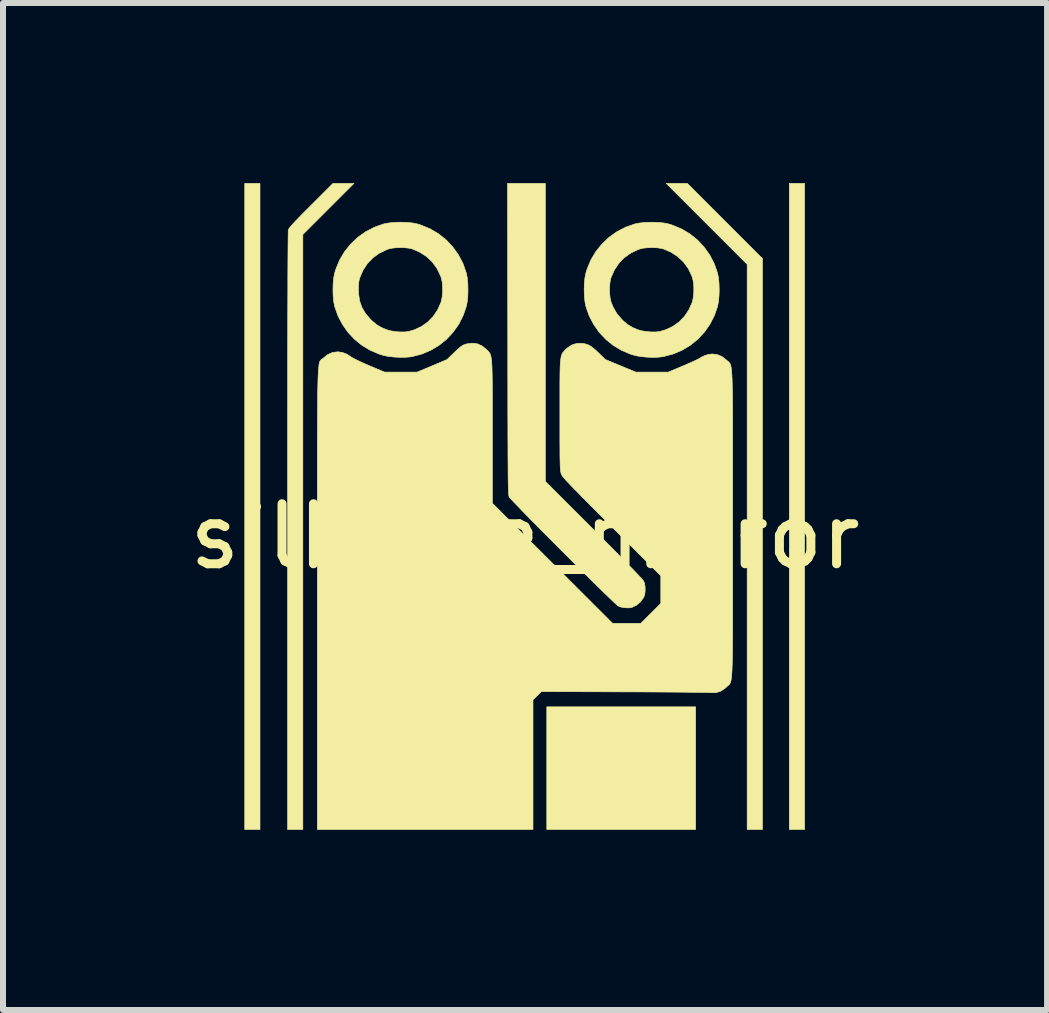
<source format=kicad_pcb>
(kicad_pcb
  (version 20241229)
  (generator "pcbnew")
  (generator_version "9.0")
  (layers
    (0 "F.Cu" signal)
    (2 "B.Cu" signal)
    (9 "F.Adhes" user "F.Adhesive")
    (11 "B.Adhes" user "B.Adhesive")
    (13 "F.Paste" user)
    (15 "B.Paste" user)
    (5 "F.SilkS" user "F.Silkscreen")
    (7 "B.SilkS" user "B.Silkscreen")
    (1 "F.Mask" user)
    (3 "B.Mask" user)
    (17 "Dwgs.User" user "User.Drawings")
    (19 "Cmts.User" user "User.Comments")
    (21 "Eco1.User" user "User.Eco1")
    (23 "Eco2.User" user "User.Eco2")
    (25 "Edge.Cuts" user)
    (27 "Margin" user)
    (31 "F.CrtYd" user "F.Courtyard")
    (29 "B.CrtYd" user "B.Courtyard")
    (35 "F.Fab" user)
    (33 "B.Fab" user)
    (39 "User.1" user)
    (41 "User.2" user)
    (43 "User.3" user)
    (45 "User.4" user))
  (footprint "silkface_mirror"
    (layer "F.Cu")
    (at 5.696 5.387)
    (property "Reference" "silkface_mirror" (at 0 0.5 0) (layer "F.SilkS") (effects (font (size 1 1) (thickness 0.15))))
    (attr through_hole board_only exclude_from_pos_files exclude_from_bom)
    (fp_poly (pts (xy -4.669 5.382) (xy -4.415 5.382) (xy -4.415 -5.382) (xy -4.669 -5.382) (xy -4.669 5.382)) (stroke (width 0.01) (type solid)) (fill yes) (layer "F.SilkS"))
    (fp_poly (pts (xy 0.363 5.382) (xy 2.842 5.382) (xy 2.842 3.338) (xy 0.363 3.338) (xy 0.363 5.382)) (stroke (width 0.01) (type solid)) (fill yes) (layer "F.SilkS"))
    (fp_poly (pts (xy 4.403 5.382) (xy 4.657 5.382) (xy 4.657 -5.382) (xy 4.403 -5.382) (xy 4.403 5.382)) (stroke (width 0.01) (type solid)) (fill yes) (layer "F.SilkS"))
    (fp_poly (pts (xy 3.027 -4.708) (xy 3.701 -4.034) (xy 3.701 5.382) (xy 3.955 5.382) (xy 3.955 -4.13) (xy 2.704 -5.382) (xy 2.353 -5.382) (xy 3.027 -4.708)) (stroke (width 0.01) (type solid)) (fill yes) (layer "F.SilkS"))
    (fp_poly (pts (xy -3.565 -5.016) (xy -3.661 -4.92) (xy -3.74 -4.84) (xy -3.804 -4.774) (xy -3.855 -4.72) (xy -3.893 -4.678) (xy -3.919 -4.646) (xy -3.936 -4.623) (xy -3.943 -4.608) (xy -3.944 -4.592) (xy -3.945 -4.552) (xy -3.946 -4.488) (xy -3.947 -4.399) (xy -3.948 -4.287) (xy -3.949 -4.151) (xy -3.95 -3.991) (xy -3.951 -3.808) (xy -3.951 -3.601) (xy -3.952 -3.37) (xy -3.953 -3.117) (xy -3.953 -2.839) (xy -3.954 -2.539) (xy -3.954 -2.215) (xy -3.954 -1.868) (xy -3.955 -1.498) (xy -3.955 -1.105) (xy -3.955 -0.689) (xy -3.955 -0.251) (xy -3.955 0.211) (xy -3.955 0.408) (xy -3.955 5.382) (xy -3.701 5.382) (xy -3.701 -4.53) (xy -2.849 -5.382) (xy -3.199 -5.382) (xy -3.565 -5.016)) (stroke (width 0.01) (type solid)) (fill yes) (layer "F.SilkS"))
    (fp_poly (pts (xy -0.287 -2.791) (xy -0.287 -2.496) (xy -0.287 -2.224) (xy -0.286 -1.975) (xy -0.286 -1.746) (xy -0.286 -1.538) (xy -0.285 -1.35) (xy -0.285 -1.179) (xy -0.284 -1.027) (xy -0.284 -0.89) (xy -0.283 -0.769) (xy -0.282 -0.663) (xy -0.282 -0.57) (xy -0.281 -0.49) (xy -0.28 -0.421) (xy -0.279 -0.363) (xy -0.278 -0.314) (xy -0.276 -0.275) (xy -0.275 -0.243) (xy -0.273 -0.218) (xy -0.272 -0.198) (xy -0.27 -0.184) (xy -0.268 -0.173) (xy -0.265 -0.165) (xy -0.263 -0.159) (xy -0.262 -0.157) (xy -0.25 -0.142) (xy -0.221 -0.11) (xy -0.179 -0.065) (xy -0.123 -0.007) (xy -0.056 0.063) (xy 0.021 0.142) (xy 0.107 0.23) (xy 0.201 0.325) (xy 0.3 0.425) (xy 0.405 0.53) (xy 0.512 0.638) (xy 0.621 0.747) (xy 0.73 0.856) (xy 0.838 0.964) (xy 0.944 1.069) (xy 1.046 1.17) (xy 1.142 1.266) (xy 1.232 1.354) (xy 1.314 1.434) (xy 1.386 1.504) (xy 1.447 1.563) (xy 1.496 1.609) (xy 1.531 1.641) (xy 1.551 1.658) (xy 1.554 1.659) (xy 1.599 1.676) (xy 1.655 1.686) (xy 1.714 1.69) (xy 1.764 1.686) (xy 1.778 1.683) (xy 1.859 1.644) (xy 1.927 1.586) (xy 1.979 1.512) (xy 1.995 1.462) (xy 2.002 1.4) (xy 2 1.334) (xy 1.989 1.274) (xy 1.975 1.24) (xy 1.962 1.224) (xy 1.934 1.192) (xy 1.89 1.145) (xy 1.832 1.084) (xy 1.761 1.011) (xy 1.679 0.926) (xy 1.585 0.831) (xy 1.482 0.726) (xy 1.37 0.613) (xy 1.25 0.493) (xy 1.144 0.387) (xy 0.339 -0.417) (xy 0.339 -5.382) (xy -0.291 -5.382) (xy -0.287 -2.791)) (stroke (width 0.01) (type solid)) (fill yes) (layer "F.SilkS"))
    (fp_poly (pts (xy -2.179 -4.732) (xy -2.274 -4.722) (xy -2.353 -4.707) (xy -2.509 -4.652) (xy -2.654 -4.577) (xy -2.786 -4.483) (xy -2.903 -4.372) (xy -3.005 -4.246) (xy -3.088 -4.106) (xy -3.151 -3.954) (xy -3.171 -3.889) (xy -3.187 -3.808) (xy -3.196 -3.713) (xy -3.199 -3.609) (xy -3.196 -3.506) (xy -3.186 -3.41) (xy -3.171 -3.332) (xy -3.117 -3.178) (xy -3.042 -3.034) (xy -2.95 -2.902) (xy -2.84 -2.785) (xy -2.716 -2.684) (xy -2.579 -2.602) (xy -2.432 -2.539) (xy -2.353 -2.515) (xy -2.272 -2.499) (xy -2.178 -2.489) (xy -2.079 -2.484) (xy -1.984 -2.485) (xy -1.9 -2.493) (xy -1.879 -2.497) (xy -1.718 -2.539) (xy -1.568 -2.603) (xy -1.43 -2.686) (xy -1.305 -2.787) (xy -1.196 -2.905) (xy -1.103 -3.037) (xy -1.029 -3.183) (xy -0.978 -3.332) (xy -0.962 -3.412) (xy -0.953 -3.508) (xy -0.951 -3.574) (xy -1.372 -3.574) (xy -1.38 -3.49) (xy -1.395 -3.416) (xy -1.4 -3.399) (xy -1.455 -3.276) (xy -1.528 -3.167) (xy -1.618 -3.074) (xy -1.723 -2.999) (xy -1.84 -2.944) (xy -1.941 -2.914) (xy -2.003 -2.907) (xy -2.079 -2.907) (xy -2.159 -2.913) (xy -2.235 -2.925) (xy -2.298 -2.942) (xy -2.3 -2.942) (xy -2.392 -2.981) (xy -2.47 -3.027) (xy -2.543 -3.087) (xy -2.576 -3.12) (xy -2.658 -3.215) (xy -2.717 -3.316) (xy -2.755 -3.425) (xy -2.773 -3.545) (xy -2.776 -3.61) (xy -2.774 -3.687) (xy -2.768 -3.746) (xy -2.758 -3.794) (xy -2.753 -3.81) (xy -2.698 -3.936) (xy -2.625 -4.047) (xy -2.534 -4.142) (xy -2.427 -4.219) (xy -2.304 -4.278) (xy -2.274 -4.289) (xy -2.213 -4.303) (xy -2.138 -4.311) (xy -2.056 -4.313) (xy -1.976 -4.308) (xy -1.906 -4.298) (xy -1.875 -4.289) (xy -1.749 -4.234) (xy -1.638 -4.161) (xy -1.543 -4.07) (xy -1.465 -3.963) (xy -1.406 -3.84) (xy -1.396 -3.81) (xy -1.38 -3.743) (xy -1.373 -3.662) (xy -1.372 -3.574) (xy -0.951 -3.574) (xy -0.95 -3.612) (xy -0.953 -3.715) (xy -0.962 -3.81) (xy -0.978 -3.889) (xy -1.032 -4.045) (xy -1.108 -4.19) (xy -1.202 -4.322) (xy -1.313 -4.44) (xy -1.439 -4.541) (xy -1.579 -4.624) (xy -1.731 -4.687) (xy -1.796 -4.707) (xy -1.876 -4.723) (xy -1.972 -4.732) (xy -2.075 -4.735) (xy -2.179 -4.732)) (stroke (width 0.01) (type solid)) (fill yes) (layer "F.SilkS"))
    (fp_poly (pts (xy 2.006 -4.732) (xy 1.911 -4.722) (xy 1.832 -4.707) (xy 1.676 -4.652) (xy 1.531 -4.577) (xy 1.399 -4.483) (xy 1.282 -4.372) (xy 1.18 -4.246) (xy 1.097 -4.106) (xy 1.034 -3.954) (xy 1.014 -3.889) (xy 0.998 -3.808) (xy 0.989 -3.713) (xy 0.986 -3.609) (xy 0.989 -3.506) (xy 0.999 -3.41) (xy 1.014 -3.332) (xy 1.068 -3.178) (xy 1.143 -3.034) (xy 1.235 -2.902) (xy 1.345 -2.785) (xy 1.469 -2.684) (xy 1.606 -2.602) (xy 1.753 -2.539) (xy 1.832 -2.515) (xy 1.913 -2.499) (xy 2.007 -2.489) (xy 2.106 -2.484) (xy 2.201 -2.485) (xy 2.285 -2.493) (xy 2.306 -2.497) (xy 2.466 -2.539) (xy 2.617 -2.603) (xy 2.755 -2.686) (xy 2.88 -2.787) (xy 2.989 -2.905) (xy 3.082 -3.037) (xy 3.156 -3.183) (xy 3.207 -3.332) (xy 3.223 -3.412) (xy 3.232 -3.508) (xy 3.234 -3.574) (xy 2.812 -3.574) (xy 2.805 -3.49) (xy 2.79 -3.416) (xy 2.785 -3.399) (xy 2.73 -3.276) (xy 2.657 -3.167) (xy 2.567 -3.074) (xy 2.462 -2.999) (xy 2.345 -2.944) (xy 2.244 -2.914) (xy 2.182 -2.907) (xy 2.106 -2.907) (xy 2.026 -2.913) (xy 1.95 -2.925) (xy 1.887 -2.942) (xy 1.885 -2.942) (xy 1.793 -2.981) (xy 1.715 -3.027) (xy 1.642 -3.087) (xy 1.609 -3.12) (xy 1.527 -3.217) (xy 1.465 -3.328) (xy 1.432 -3.411) (xy 1.418 -3.471) (xy 1.41 -3.547) (xy 1.408 -3.629) (xy 1.413 -3.709) (xy 1.423 -3.779) (xy 1.432 -3.81) (xy 1.487 -3.936) (xy 1.56 -4.047) (xy 1.651 -4.142) (xy 1.758 -4.219) (xy 1.881 -4.278) (xy 1.911 -4.289) (xy 1.971 -4.303) (xy 2.047 -4.311) (xy 2.129 -4.313) (xy 2.209 -4.308) (xy 2.279 -4.298) (xy 2.31 -4.289) (xy 2.436 -4.234) (xy 2.547 -4.161) (xy 2.642 -4.07) (xy 2.72 -3.963) (xy 2.779 -3.84) (xy 2.789 -3.81) (xy 2.805 -3.743) (xy 2.812 -3.662) (xy 2.812 -3.574) (xy 3.234 -3.574) (xy 3.235 -3.612) (xy 3.232 -3.715) (xy 3.223 -3.81) (xy 3.207 -3.889) (xy 3.152 -4.045) (xy 3.077 -4.19) (xy 2.983 -4.322) (xy 2.872 -4.44) (xy 2.746 -4.541) (xy 2.606 -4.624) (xy 2.454 -4.687) (xy 2.389 -4.707) (xy 2.309 -4.723) (xy 2.213 -4.732) (xy 2.109 -4.735) (xy 2.006 -4.732)) (stroke (width 0.01) (type solid)) (fill yes) (layer "F.SilkS"))
    (fp_poly (pts (xy -0.971 -2.708) (xy -0.991 -2.702) (xy -1.021 -2.692) (xy -1.05 -2.676) (xy -1.082 -2.653) (xy -1.121 -2.619) (xy -1.172 -2.571) (xy -1.178 -2.565) (xy -1.3 -2.447) (xy -1.548 -2.342) (xy -1.797 -2.238) (xy -2.34 -2.238) (xy -2.6 -2.348) (xy -2.703 -2.393) (xy -2.787 -2.432) (xy -2.851 -2.464) (xy -2.895 -2.489) (xy -2.908 -2.499) (xy -2.967 -2.537) (xy -3.038 -2.564) (xy -3.111 -2.576) (xy -3.121 -2.576) (xy -3.207 -2.565) (xy -3.287 -2.53) (xy -3.357 -2.474) (xy -3.367 -2.466) (xy -3.376 -2.459) (xy -3.384 -2.453) (xy -3.392 -2.448) (xy -3.399 -2.443) (xy -3.406 -2.436) (xy -3.412 -2.427) (xy -3.418 -2.416) (xy -3.423 -2.401) (xy -3.428 -2.382) (xy -3.432 -2.357) (xy -3.436 -2.327) (xy -3.439 -2.29) (xy -3.443 -2.245) (xy -3.445 -2.193) (xy -3.448 -2.131) (xy -3.45 -2.059) (xy -3.452 -1.977) (xy -3.454 -1.884) (xy -3.455 -1.778) (xy -3.456 -1.659) (xy -3.457 -1.527) (xy -3.458 -1.38) (xy -3.458 -1.218) (xy -3.459 -1.04) (xy -3.459 -0.845) (xy -3.459 -0.632) (xy -3.459 -0.401) (xy -3.46 -0.151) (xy -3.459 0.12) (xy -3.459 0.411) (xy -3.459 0.724) (xy -3.459 1.059) (xy -3.459 1.417) (xy -3.459 1.55) (xy -3.459 5.382) (xy 0.133 5.382) (xy 0.133 3.223) (xy 0.273 3.084) (xy 1.658 3.089) (xy 1.84 3.089) (xy 2.016 3.09) (xy 2.184 3.091) (xy 2.344 3.092) (xy 2.492 3.093) (xy 2.628 3.094) (xy 2.75 3.096) (xy 2.856 3.097) (xy 2.946 3.098) (xy 3.016 3.099) (xy 3.066 3.1) (xy 3.094 3.102) (xy 3.098 3.102) (xy 3.179 3.103) (xy 3.256 3.079) (xy 3.328 3.033) (xy 3.357 3.007) (xy 3.369 2.996) (xy 3.379 2.987) (xy 3.389 2.979) (xy 3.398 2.971) (xy 3.406 2.962) (xy 3.414 2.951) (xy 3.42 2.937) (xy 3.426 2.919) (xy 3.432 2.896) (xy 3.437 2.868) (xy 3.441 2.832) (xy 3.444 2.789) (xy 3.448 2.737) (xy 3.45 2.675) (xy 3.453 2.602) (xy 3.454 2.518) (xy 3.456 2.421) (xy 3.457 2.31) (xy 3.458 2.185) (xy 3.459 2.044) (xy 3.459 1.887) (xy 3.459 1.712) (xy 3.459 1.519) (xy 3.459 1.306) (xy 3.459 1.072) (xy 3.459 0.818) (xy 3.459 0.541) (xy 3.459 0.284) (xy 3.459 -0.013) (xy 3.459 -0.287) (xy 3.459 -0.538) (xy 3.459 -0.769) (xy 3.459 -0.979) (xy 3.459 -1.169) (xy 3.459 -1.342) (xy 3.459 -1.497) (xy 3.458 -1.635) (xy 3.457 -1.758) (xy 3.456 -1.867) (xy 3.454 -1.962) (xy 3.452 -2.045) (xy 3.45 -2.116) (xy 3.447 -2.176) (xy 3.444 -2.227) (xy 3.44 -2.269) (xy 3.436 -2.304) (xy 3.431 -2.331) (xy 3.426 -2.353) (xy 3.42 -2.371) (xy 3.413 -2.384) (xy 3.405 -2.395) (xy 3.397 -2.404) (xy 3.388 -2.412) (xy 3.378 -2.42) (xy 3.367 -2.429) (xy 3.357 -2.438) (xy 3.285 -2.495) (xy 3.205 -2.529) (xy 3.12 -2.54) (xy 3.058 -2.533) (xy 2.993 -2.513) (xy 2.936 -2.486) (xy 2.923 -2.477) (xy 2.901 -2.463) (xy 2.86 -2.443) (xy 2.805 -2.417) (xy 2.738 -2.387) (xy 2.665 -2.355) (xy 2.636 -2.343) (xy 2.388 -2.238) (xy 1.846 -2.238) (xy 1.339 -2.448) (xy 1.23 -2.554) (xy 1.165 -2.615) (xy 1.108 -2.66) (xy 1.057 -2.69) (xy 1.006 -2.708) (xy 0.952 -2.718) (xy 0.864 -2.716) (xy 0.783 -2.692) (xy 0.71 -2.644) (xy 0.683 -2.62) (xy 0.664 -2.602) (xy 0.649 -2.585) (xy 0.635 -2.569) (xy 0.623 -2.552) (xy 0.613 -2.531) (xy 0.605 -2.505) (xy 0.598 -2.473) (xy 0.593 -2.432) (xy 0.588 -2.381) (xy 0.585 -2.319) (xy 0.583 -2.243) (xy 0.582 -2.153) (xy 0.581 -2.045) (xy 0.581 -1.92) (xy 0.581 -1.774) (xy 0.581 -1.606) (xy 0.581 -1.524) (xy 0.581 -1.352) (xy 0.581 -1.202) (xy 0.581 -1.073) (xy 0.582 -0.963) (xy 0.582 -0.871) (xy 0.583 -0.794) (xy 0.585 -0.731) (xy 0.586 -0.681) (xy 0.588 -0.641) (xy 0.591 -0.61) (xy 0.593 -0.586) (xy 0.597 -0.568) (xy 0.6 -0.556) (xy 0.603 -0.544) (xy 0.608 -0.532) (xy 0.615 -0.519) (xy 0.626 -0.504) (xy 0.64 -0.485) (xy 0.66 -0.461) (xy 0.687 -0.431) (xy 0.721 -0.395) (xy 0.763 -0.351) (xy 0.814 -0.297) (xy 0.877 -0.234) (xy 0.95 -0.159) (xy 1.036 -0.072) (xy 1.136 0.028) (xy 1.251 0.143) (xy 1.381 0.273) (xy 1.44 0.333) (xy 2.262 1.156) (xy 2.262 1.615) (xy 2.095 1.781) (xy 1.929 1.947) (xy 1.459 1.947) (xy 0.457 0.946) (xy -0.544 -0.054) (xy -0.544 -1.241) (xy -0.544 -1.444) (xy -0.544 -1.624) (xy -0.544 -1.784) (xy -0.545 -1.923) (xy -0.545 -2.044) (xy -0.546 -2.148) (xy -0.548 -2.237) (xy -0.55 -2.311) (xy -0.553 -2.373) (xy -0.557 -2.424) (xy -0.562 -2.466) (xy -0.567 -2.498) (xy -0.574 -2.525) (xy -0.583 -2.545) (xy -0.592 -2.562) (xy -0.604 -2.577) (xy -0.617 -2.591) (xy -0.631 -2.605) (xy -0.646 -2.619) (xy -0.718 -2.676) (xy -0.795 -2.71) (xy -0.88 -2.72) (xy -0.971 -2.708)) (stroke (width 0.01) (type solid)) (fill yes) (layer "F.SilkS")))
  (gr_rect
    (start -3 -3)
    (end 14.393 13.775)
    (stroke (width 0.1) (type default))
    (fill no)
    (layer "Edge.Cuts")))
</source>
